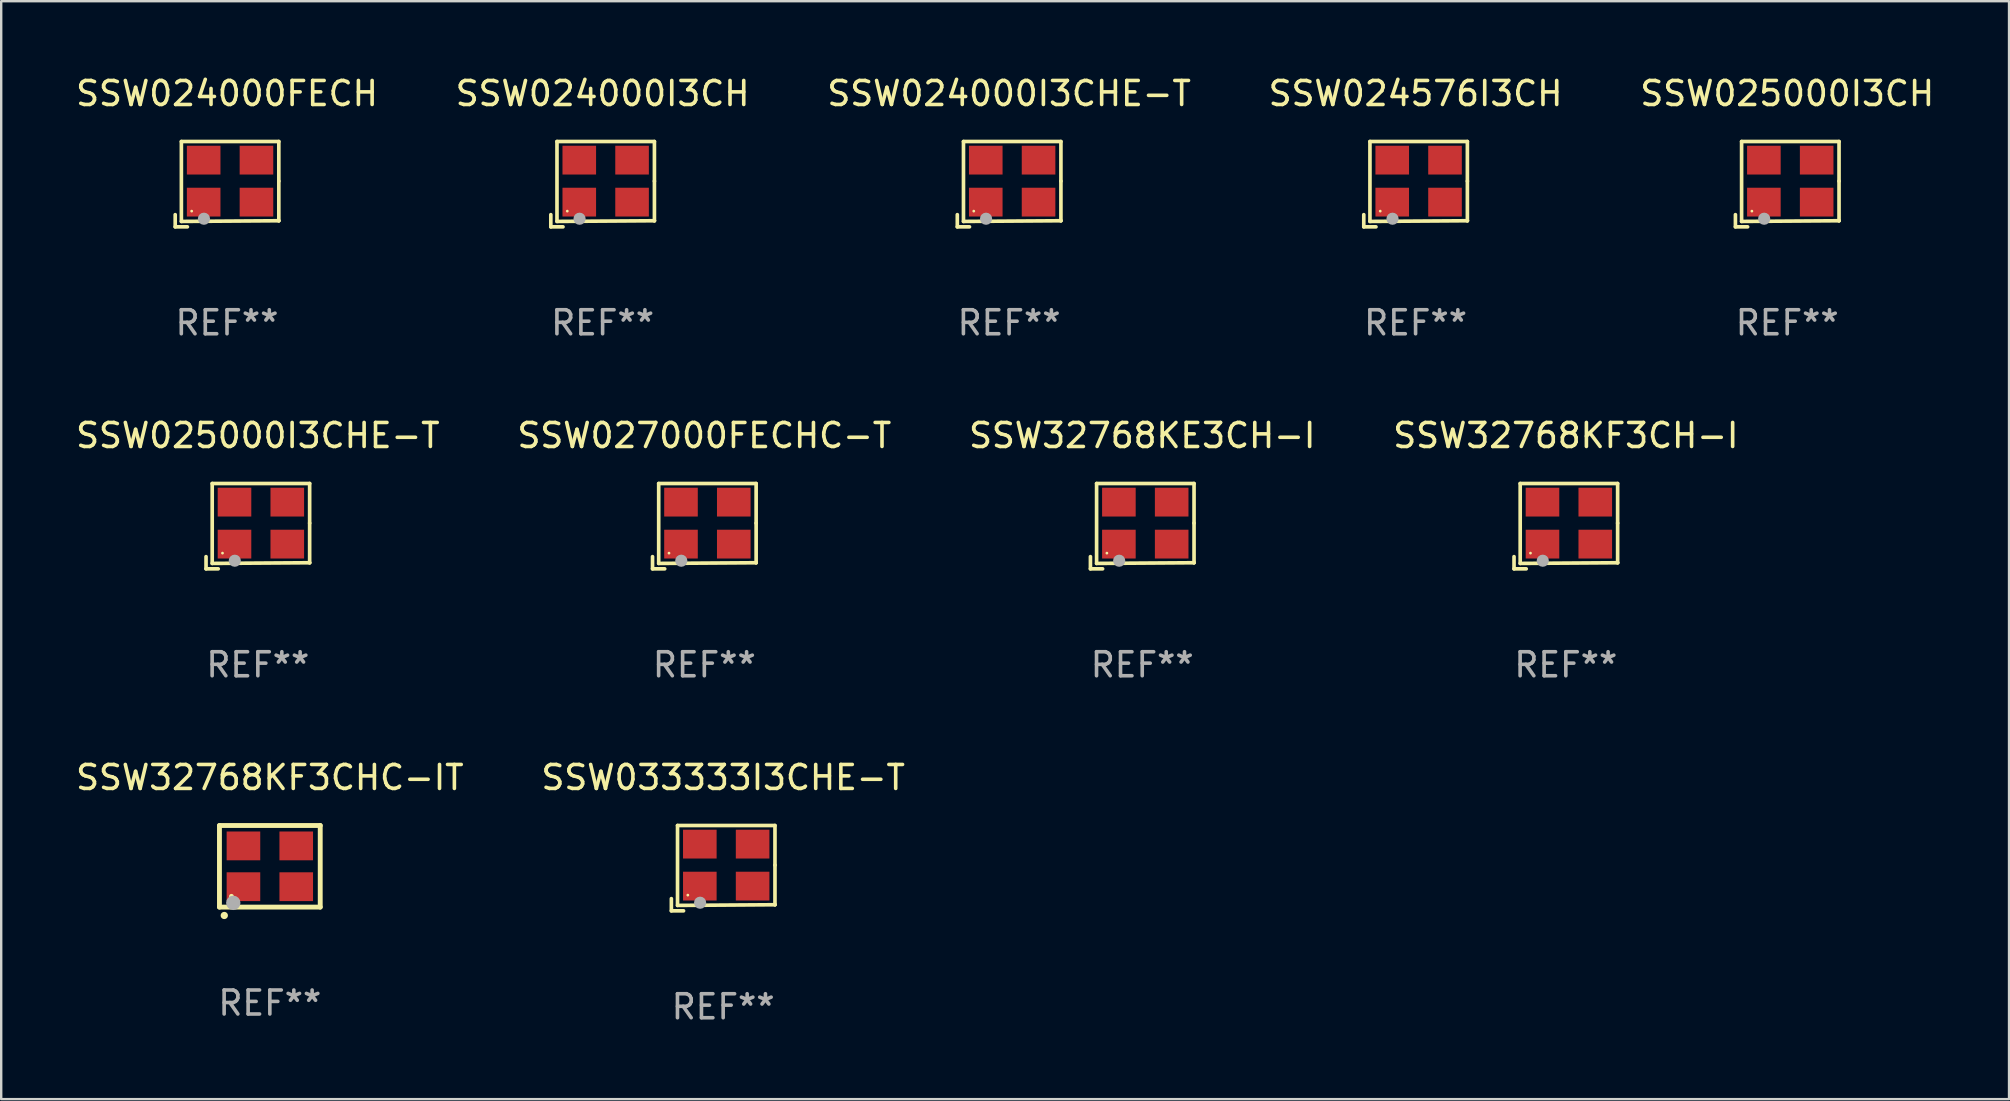
<source format=kicad_pcb>
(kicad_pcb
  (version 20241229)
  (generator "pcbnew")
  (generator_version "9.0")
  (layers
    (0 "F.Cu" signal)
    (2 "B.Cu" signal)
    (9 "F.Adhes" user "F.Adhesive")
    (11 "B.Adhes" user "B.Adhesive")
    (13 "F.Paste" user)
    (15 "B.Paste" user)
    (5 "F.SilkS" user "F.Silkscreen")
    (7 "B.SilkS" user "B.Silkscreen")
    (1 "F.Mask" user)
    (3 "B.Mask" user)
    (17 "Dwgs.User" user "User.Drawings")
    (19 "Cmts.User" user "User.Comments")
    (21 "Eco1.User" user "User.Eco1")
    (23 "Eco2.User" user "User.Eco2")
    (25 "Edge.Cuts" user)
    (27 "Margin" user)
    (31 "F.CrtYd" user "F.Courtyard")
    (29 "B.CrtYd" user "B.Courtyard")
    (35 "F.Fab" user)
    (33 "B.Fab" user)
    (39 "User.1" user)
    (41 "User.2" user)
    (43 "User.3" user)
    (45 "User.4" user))
  (footprint "SSW027000FECHC-T"
    (layer "F.Cu")
    (at 26.304 18.879)
    (property "Reference" "SSW027000FECHC-T" (at 0 -3.778 0) (layer "F.SilkS") (effects (font (size 1 1) (thickness 0.15))))
    (attr through_hole)
    (fp_line (start -2.159 1.27) (end -2.159 1.778) (stroke (width 0.152) (type solid)) (layer "F.SilkS"))
    (fp_line (start -2.159 1.778) (end -1.651 1.778) (stroke (width 0.152) (type solid)) (layer "F.SilkS"))
    (fp_line (start -1.902 -1.778) (end 2.159 -1.778) (stroke (width 0.152) (type solid)) (layer "F.SilkS"))
    (fp_line (start -1.902 1.552) (end -1.902 -1.778) (stroke (width 0.152) (type solid)) (layer "F.SilkS"))
    (fp_line (start 2.159 -1.778) (end 2.159 -0.127) (stroke (width 0.152) (type solid)) (layer "F.SilkS"))
    (fp_line (start 2.159 -0.127) (end 2.159 1.524) (stroke (width 0.152) (type solid)) (layer "F.SilkS"))
    (fp_line (start 2.159 1.524) (end -1.902 1.552) (stroke (width 0.152) (type solid)) (layer "F.SilkS"))
    (fp_line (start 2.159 1.524) (end 2.159 1.524) (stroke (width 0.152) (type solid)) (layer "F.SilkS"))
    (fp_circle (center -1.473 1.123) (end -1.443 1.123) (stroke (width 0.06) (type solid)) (fill no) (layer "F.SilkS"))
    (fp_circle (center -0.961 1.44) (end -0.834 1.44) (stroke (width 0.254) (type solid)) (fill no) (layer "F.Fab"))
    (fp_text user "REF**" (at 0 5.778 0) (layer "F.Fab") (effects (font (size 1 1) (thickness 0.15))))
    (pad "1" smd rect (at -0.973 0.748) (size 1.4 1.2) (layers "F.Cu" "F.Mask" "F.Paste"))
    (pad "2" smd rect (at 1.227 0.748) (size 1.4 1.2) (layers "F.Cu" "F.Mask" "F.Paste"))
    (pad "3" smd rect (at 1.227 -1.002) (size 1.4 1.2) (layers "F.Cu" "F.Mask" "F.Paste"))
    (pad "4" smd rect (at -0.973 -1.002) (size 1.4 1.2) (layers "F.Cu" "F.Mask" "F.Paste")))
  (footprint "SSW025000I3CHE-T"
    (layer "F.Cu")
    (at 7.696 18.879)
    (property "Reference" "SSW025000I3CHE-T" (at 0 -3.778 0) (layer "F.SilkS") (effects (font (size 1 1) (thickness 0.15))))
    (attr through_hole)
    (fp_line (start -2.159 1.27) (end -2.159 1.778) (stroke (width 0.152) (type solid)) (layer "F.SilkS"))
    (fp_line (start -2.159 1.778) (end -1.651 1.778) (stroke (width 0.152) (type solid)) (layer "F.SilkS"))
    (fp_line (start -1.902 -1.778) (end 2.159 -1.778) (stroke (width 0.152) (type solid)) (layer "F.SilkS"))
    (fp_line (start -1.902 1.552) (end -1.902 -1.778) (stroke (width 0.152) (type solid)) (layer "F.SilkS"))
    (fp_line (start 2.159 -1.778) (end 2.159 -0.127) (stroke (width 0.152) (type solid)) (layer "F.SilkS"))
    (fp_line (start 2.159 -0.127) (end 2.159 1.524) (stroke (width 0.152) (type solid)) (layer "F.SilkS"))
    (fp_line (start 2.159 1.524) (end -1.902 1.552) (stroke (width 0.152) (type solid)) (layer "F.SilkS"))
    (fp_line (start 2.159 1.524) (end 2.159 1.524) (stroke (width 0.152) (type solid)) (layer "F.SilkS"))
    (fp_circle (center -1.473 1.123) (end -1.443 1.123) (stroke (width 0.06) (type solid)) (fill no) (layer "F.SilkS"))
    (fp_circle (center -0.961 1.44) (end -0.834 1.44) (stroke (width 0.254) (type solid)) (fill no) (layer "F.Fab"))
    (fp_text user "REF**" (at 0 5.778 0) (layer "F.Fab") (effects (font (size 1 1) (thickness 0.15))))
    (pad "1" smd rect (at -0.973 0.748) (size 1.4 1.2) (layers "F.Cu" "F.Mask" "F.Paste"))
    (pad "2" smd rect (at 1.227 0.748) (size 1.4 1.2) (layers "F.Cu" "F.Mask" "F.Paste"))
    (pad "3" smd rect (at 1.227 -1.002) (size 1.4 1.2) (layers "F.Cu" "F.Mask" "F.Paste"))
    (pad "4" smd rect (at -0.973 -1.002) (size 1.4 1.2) (layers "F.Cu" "F.Mask" "F.Paste")))
  (footprint "SSW32768KE3CH-I"
    (layer "F.Cu")
    (at 44.554 18.879)
    (property "Reference" "SSW32768KE3CH-I" (at 0 -3.778 0) (layer "F.SilkS") (effects (font (size 1 1) (thickness 0.15))))
    (attr through_hole)
    (fp_line (start -2.159 1.27) (end -2.159 1.778) (stroke (width 0.152) (type solid)) (layer "F.SilkS"))
    (fp_line (start -2.159 1.778) (end -1.651 1.778) (stroke (width 0.152) (type solid)) (layer "F.SilkS"))
    (fp_line (start -1.902 -1.778) (end 2.159 -1.778) (stroke (width 0.152) (type solid)) (layer "F.SilkS"))
    (fp_line (start -1.902 1.552) (end -1.902 -1.778) (stroke (width 0.152) (type solid)) (layer "F.SilkS"))
    (fp_line (start 2.159 -1.778) (end 2.159 -0.127) (stroke (width 0.152) (type solid)) (layer "F.SilkS"))
    (fp_line (start 2.159 -0.127) (end 2.159 1.524) (stroke (width 0.152) (type solid)) (layer "F.SilkS"))
    (fp_line (start 2.159 1.524) (end -1.902 1.552) (stroke (width 0.152) (type solid)) (layer "F.SilkS"))
    (fp_line (start 2.159 1.524) (end 2.159 1.524) (stroke (width 0.152) (type solid)) (layer "F.SilkS"))
    (fp_circle (center -1.473 1.123) (end -1.443 1.123) (stroke (width 0.06) (type solid)) (fill no) (layer "F.SilkS"))
    (fp_circle (center -0.961 1.44) (end -0.834 1.44) (stroke (width 0.254) (type solid)) (fill no) (layer "F.Fab"))
    (fp_text user "REF**" (at 0 5.778 0) (layer "F.Fab") (effects (font (size 1 1) (thickness 0.15))))
    (pad "1" smd rect (at -0.973 0.748) (size 1.4 1.2) (layers "F.Cu" "F.Mask" "F.Paste"))
    (pad "2" smd rect (at 1.227 0.748) (size 1.4 1.2) (layers "F.Cu" "F.Mask" "F.Paste"))
    (pad "3" smd rect (at 1.227 -1.002) (size 1.4 1.2) (layers "F.Cu" "F.Mask" "F.Paste"))
    (pad "4" smd rect (at -0.973 -1.002) (size 1.4 1.2) (layers "F.Cu" "F.Mask" "F.Paste")))
  (footprint "SSW024000I3CH"
    (layer "F.Cu")
    (at 22.065 4.626)
    (property "Reference" "SSW024000I3CH" (at 0 -3.778 0) (layer "F.SilkS") (effects (font (size 1 1) (thickness 0.15))))
    (attr through_hole)
    (fp_line (start -2.159 1.27) (end -2.159 1.778) (stroke (width 0.152) (type solid)) (layer "F.SilkS"))
    (fp_line (start -2.159 1.778) (end -1.651 1.778) (stroke (width 0.152) (type solid)) (layer "F.SilkS"))
    (fp_line (start -1.902 -1.778) (end 2.159 -1.778) (stroke (width 0.152) (type solid)) (layer "F.SilkS"))
    (fp_line (start -1.902 1.552) (end -1.902 -1.778) (stroke (width 0.152) (type solid)) (layer "F.SilkS"))
    (fp_line (start 2.159 -1.778) (end 2.159 -0.127) (stroke (width 0.152) (type solid)) (layer "F.SilkS"))
    (fp_line (start 2.159 -0.127) (end 2.159 1.524) (stroke (width 0.152) (type solid)) (layer "F.SilkS"))
    (fp_line (start 2.159 1.524) (end -1.902 1.552) (stroke (width 0.152) (type solid)) (layer "F.SilkS"))
    (fp_line (start 2.159 1.524) (end 2.159 1.524) (stroke (width 0.152) (type solid)) (layer "F.SilkS"))
    (fp_circle (center -1.473 1.123) (end -1.443 1.123) (stroke (width 0.06) (type solid)) (fill no) (layer "F.SilkS"))
    (fp_circle (center -0.961 1.44) (end -0.834 1.44) (stroke (width 0.254) (type solid)) (fill no) (layer "F.Fab"))
    (fp_text user "REF**" (at 0 5.778 0) (layer "F.Fab") (effects (font (size 1 1) (thickness 0.15))))
    (pad "1" smd rect (at -0.973 0.748) (size 1.4 1.2) (layers "F.Cu" "F.Mask" "F.Paste"))
    (pad "2" smd rect (at 1.227 0.748) (size 1.4 1.2) (layers "F.Cu" "F.Mask" "F.Paste"))
    (pad "3" smd rect (at 1.227 -1.002) (size 1.4 1.2) (layers "F.Cu" "F.Mask" "F.Paste"))
    (pad "4" smd rect (at -0.973 -1.002) (size 1.4 1.2) (layers "F.Cu" "F.Mask" "F.Paste")))
  (footprint "SSW024000FECH"
    (layer "F.Cu")
    (at 6.411 4.626)
    (property "Reference" "SSW024000FECH" (at 0 -3.778 0) (layer "F.SilkS") (effects (font (size 1 1) (thickness 0.15))))
    (attr through_hole)
    (fp_line (start -2.159 1.27) (end -2.159 1.778) (stroke (width 0.152) (type solid)) (layer "F.SilkS"))
    (fp_line (start -2.159 1.778) (end -1.651 1.778) (stroke (width 0.152) (type solid)) (layer "F.SilkS"))
    (fp_line (start -1.902 -1.778) (end 2.159 -1.778) (stroke (width 0.152) (type solid)) (layer "F.SilkS"))
    (fp_line (start -1.902 1.552) (end -1.902 -1.778) (stroke (width 0.152) (type solid)) (layer "F.SilkS"))
    (fp_line (start 2.159 -1.778) (end 2.159 -0.127) (stroke (width 0.152) (type solid)) (layer "F.SilkS"))
    (fp_line (start 2.159 -0.127) (end 2.159 1.524) (stroke (width 0.152) (type solid)) (layer "F.SilkS"))
    (fp_line (start 2.159 1.524) (end -1.902 1.552) (stroke (width 0.152) (type solid)) (layer "F.SilkS"))
    (fp_line (start 2.159 1.524) (end 2.159 1.524) (stroke (width 0.152) (type solid)) (layer "F.SilkS"))
    (fp_circle (center -1.473 1.123) (end -1.443 1.123) (stroke (width 0.06) (type solid)) (fill no) (layer "F.SilkS"))
    (fp_circle (center -0.961 1.44) (end -0.834 1.44) (stroke (width 0.254) (type solid)) (fill no) (layer "F.Fab"))
    (fp_text user "REF**" (at 0 5.778 0) (layer "F.Fab") (effects (font (size 1 1) (thickness 0.15))))
    (pad "1" smd rect (at -0.973 0.748) (size 1.4 1.2) (layers "F.Cu" "F.Mask" "F.Paste"))
    (pad "2" smd rect (at 1.227 0.748) (size 1.4 1.2) (layers "F.Cu" "F.Mask" "F.Paste"))
    (pad "3" smd rect (at 1.227 -1.002) (size 1.4 1.2) (layers "F.Cu" "F.Mask" "F.Paste"))
    (pad "4" smd rect (at -0.973 -1.002) (size 1.4 1.2) (layers "F.Cu" "F.Mask" "F.Paste")))
  (footprint "SSW32768KF3CHC-IT"
    (layer "F.Cu")
    (at 8.196 33.054)
    (property "Reference" "SSW32768KF3CHC-IT" (at 0 -3.7 0) (layer "F.SilkS") (effects (font (size 1 1) (thickness 0.15))))
    (attr through_hole)
    (fp_line (start -2.1 -1.7) (end -2.1 1.7) (stroke (width 0.203) (type solid)) (layer "F.SilkS"))
    (fp_line (start -2.1 1.7) (end 2.1 1.7) (stroke (width 0.203) (type solid)) (layer "F.SilkS"))
    (fp_line (start 2.1 -1.7) (end -2.1 -1.7) (stroke (width 0.203) (type solid)) (layer "F.SilkS"))
    (fp_line (start 2.1 1.7) (end 2.1 -1.7) (stroke (width 0.203) (type solid)) (layer "F.SilkS"))
    (fp_arc (start -1.899924 2.049784) (mid -1.898654 2.049779) (end -1.897384 2.049784) (stroke (width 0.3) (type solid)) (layer "F.SilkS"))
    (fp_circle (center -1.6 1.25) (end -1.55 1.25) (stroke (width 0.1) (type solid)) (fill no) (layer "F.SilkS"))
    (fp_circle (center -1.524 1.524) (end -1.374 1.524) (stroke (width 0.3) (type solid)) (fill no) (layer "F.Fab"))
    (fp_text user "REF**" (at 0 5.7 0) (layer "F.Fab") (effects (font (size 1 1) (thickness 0.15))))
    (pad "1" smd rect (at -1.1 0.85) (size 1.4 1.2) (layers "F.Cu" "F.Mask" "F.Paste"))
    (pad "2" smd rect (at 1.1 0.85) (size 1.4 1.2) (layers "F.Cu" "F.Mask" "F.Paste"))
    (pad "3" smd rect (at 1.1 -0.85) (size 1.4 1.2) (layers "F.Cu" "F.Mask" "F.Paste"))
    (pad "4" smd rect (at -1.1 -0.85) (size 1.4 1.2) (layers "F.Cu" "F.Mask" "F.Paste")))
  (footprint "SSW033333I3CHE-T"
    (layer "F.Cu")
    (at 27.089 33.132)
    (property "Reference" "SSW033333I3CHE-T" (at 0 -3.778 0) (layer "F.SilkS") (effects (font (size 1 1) (thickness 0.15))))
    (attr through_hole)
    (fp_line (start -2.159 1.27) (end -2.159 1.778) (stroke (width 0.152) (type solid)) (layer "F.SilkS"))
    (fp_line (start -2.159 1.778) (end -1.651 1.778) (stroke (width 0.152) (type solid)) (layer "F.SilkS"))
    (fp_line (start -1.902 -1.778) (end 2.159 -1.778) (stroke (width 0.152) (type solid)) (layer "F.SilkS"))
    (fp_line (start -1.902 1.552) (end -1.902 -1.778) (stroke (width 0.152) (type solid)) (layer "F.SilkS"))
    (fp_line (start 2.159 -1.778) (end 2.159 -0.127) (stroke (width 0.152) (type solid)) (layer "F.SilkS"))
    (fp_line (start 2.159 -0.127) (end 2.159 1.524) (stroke (width 0.152) (type solid)) (layer "F.SilkS"))
    (fp_line (start 2.159 1.524) (end -1.902 1.552) (stroke (width 0.152) (type solid)) (layer "F.SilkS"))
    (fp_line (start 2.159 1.524) (end 2.159 1.524) (stroke (width 0.152) (type solid)) (layer "F.SilkS"))
    (fp_circle (center -1.473 1.123) (end -1.443 1.123) (stroke (width 0.06) (type solid)) (fill no) (layer "F.SilkS"))
    (fp_circle (center -0.961 1.44) (end -0.834 1.44) (stroke (width 0.254) (type solid)) (fill no) (layer "F.Fab"))
    (fp_text user "REF**" (at 0 5.778 0) (layer "F.Fab") (effects (font (size 1 1) (thickness 0.15))))
    (pad "1" smd rect (at -0.973 0.748) (size 1.4 1.2) (layers "F.Cu" "F.Mask" "F.Paste"))
    (pad "2" smd rect (at 1.227 0.748) (size 1.4 1.2) (layers "F.Cu" "F.Mask" "F.Paste"))
    (pad "3" smd rect (at 1.227 -1.002) (size 1.4 1.2) (layers "F.Cu" "F.Mask" "F.Paste"))
    (pad "4" smd rect (at -0.973 -1.002) (size 1.4 1.2) (layers "F.Cu" "F.Mask" "F.Paste")))
  (footprint "SSW32768KF3CH-I"
    (layer "F.Cu")
    (at 62.208 18.879)
    (property "Reference" "SSW32768KF3CH-I" (at 0 -3.778 0) (layer "F.SilkS") (effects (font (size 1 1) (thickness 0.15))))
    (attr through_hole)
    (fp_line (start -2.159 1.27) (end -2.159 1.778) (stroke (width 0.152) (type solid)) (layer "F.SilkS"))
    (fp_line (start -2.159 1.778) (end -1.651 1.778) (stroke (width 0.152) (type solid)) (layer "F.SilkS"))
    (fp_line (start -1.902 -1.778) (end 2.159 -1.778) (stroke (width 0.152) (type solid)) (layer "F.SilkS"))
    (fp_line (start -1.902 1.552) (end -1.902 -1.778) (stroke (width 0.152) (type solid)) (layer "F.SilkS"))
    (fp_line (start 2.159 -1.778) (end 2.159 -0.127) (stroke (width 0.152) (type solid)) (layer "F.SilkS"))
    (fp_line (start 2.159 -0.127) (end 2.159 1.524) (stroke (width 0.152) (type solid)) (layer "F.SilkS"))
    (fp_line (start 2.159 1.524) (end -1.902 1.552) (stroke (width 0.152) (type solid)) (layer "F.SilkS"))
    (fp_line (start 2.159 1.524) (end 2.159 1.524) (stroke (width 0.152) (type solid)) (layer "F.SilkS"))
    (fp_circle (center -1.473 1.123) (end -1.443 1.123) (stroke (width 0.06) (type solid)) (fill no) (layer "F.SilkS"))
    (fp_circle (center -0.961 1.44) (end -0.834 1.44) (stroke (width 0.254) (type solid)) (fill no) (layer "F.Fab"))
    (fp_text user "REF**" (at 0 5.778 0) (layer "F.Fab") (effects (font (size 1 1) (thickness 0.15))))
    (pad "1" smd rect (at -0.973 0.748) (size 1.4 1.2) (layers "F.Cu" "F.Mask" "F.Paste"))
    (pad "2" smd rect (at 1.227 0.748) (size 1.4 1.2) (layers "F.Cu" "F.Mask" "F.Paste"))
    (pad "3" smd rect (at 1.227 -1.002) (size 1.4 1.2) (layers "F.Cu" "F.Mask" "F.Paste"))
    (pad "4" smd rect (at -0.973 -1.002) (size 1.4 1.2) (layers "F.Cu" "F.Mask" "F.Paste")))
  (footprint "SSW024576I3CH"
    (layer "F.Cu")
    (at 55.946 4.626)
    (property "Reference" "SSW024576I3CH" (at 0 -3.778 0) (layer "F.SilkS") (effects (font (size 1 1) (thickness 0.15))))
    (attr through_hole)
    (fp_line (start -2.159 1.27) (end -2.159 1.778) (stroke (width 0.152) (type solid)) (layer "F.SilkS"))
    (fp_line (start -2.159 1.778) (end -1.651 1.778) (stroke (width 0.152) (type solid)) (layer "F.SilkS"))
    (fp_line (start -1.902 -1.778) (end 2.159 -1.778) (stroke (width 0.152) (type solid)) (layer "F.SilkS"))
    (fp_line (start -1.902 1.552) (end -1.902 -1.778) (stroke (width 0.152) (type solid)) (layer "F.SilkS"))
    (fp_line (start 2.159 -1.778) (end 2.159 -0.127) (stroke (width 0.152) (type solid)) (layer "F.SilkS"))
    (fp_line (start 2.159 -0.127) (end 2.159 1.524) (stroke (width 0.152) (type solid)) (layer "F.SilkS"))
    (fp_line (start 2.159 1.524) (end -1.902 1.552) (stroke (width 0.152) (type solid)) (layer "F.SilkS"))
    (fp_line (start 2.159 1.524) (end 2.159 1.524) (stroke (width 0.152) (type solid)) (layer "F.SilkS"))
    (fp_circle (center -1.473 1.123) (end -1.443 1.123) (stroke (width 0.06) (type solid)) (fill no) (layer "F.SilkS"))
    (fp_circle (center -0.961 1.44) (end -0.834 1.44) (stroke (width 0.254) (type solid)) (fill no) (layer "F.Fab"))
    (fp_text user "REF**" (at 0 5.778 0) (layer "F.Fab") (effects (font (size 1 1) (thickness 0.15))))
    (pad "1" smd rect (at -0.973 0.748) (size 1.4 1.2) (layers "F.Cu" "F.Mask" "F.Paste"))
    (pad "2" smd rect (at 1.227 0.748) (size 1.4 1.2) (layers "F.Cu" "F.Mask" "F.Paste"))
    (pad "3" smd rect (at 1.227 -1.002) (size 1.4 1.2) (layers "F.Cu" "F.Mask" "F.Paste"))
    (pad "4" smd rect (at -0.973 -1.002) (size 1.4 1.2) (layers "F.Cu" "F.Mask" "F.Paste")))
  (footprint "SSW025000I3CH"
    (layer "F.Cu")
    (at 71.435 4.626)
    (property "Reference" "SSW025000I3CH" (at 0 -3.778 0) (layer "F.SilkS") (effects (font (size 1 1) (thickness 0.15))))
    (attr through_hole)
    (fp_line (start -2.159 1.27) (end -2.159 1.778) (stroke (width 0.152) (type solid)) (layer "F.SilkS"))
    (fp_line (start -2.159 1.778) (end -1.651 1.778) (stroke (width 0.152) (type solid)) (layer "F.SilkS"))
    (fp_line (start -1.902 -1.778) (end 2.159 -1.778) (stroke (width 0.152) (type solid)) (layer "F.SilkS"))
    (fp_line (start -1.902 1.552) (end -1.902 -1.778) (stroke (width 0.152) (type solid)) (layer "F.SilkS"))
    (fp_line (start 2.159 -1.778) (end 2.159 -0.127) (stroke (width 0.152) (type solid)) (layer "F.SilkS"))
    (fp_line (start 2.159 -0.127) (end 2.159 1.524) (stroke (width 0.152) (type solid)) (layer "F.SilkS"))
    (fp_line (start 2.159 1.524) (end -1.902 1.552) (stroke (width 0.152) (type solid)) (layer "F.SilkS"))
    (fp_line (start 2.159 1.524) (end 2.159 1.524) (stroke (width 0.152) (type solid)) (layer "F.SilkS"))
    (fp_circle (center -1.473 1.123) (end -1.443 1.123) (stroke (width 0.06) (type solid)) (fill no) (layer "F.SilkS"))
    (fp_circle (center -0.961 1.44) (end -0.834 1.44) (stroke (width 0.254) (type solid)) (fill no) (layer "F.Fab"))
    (fp_text user "REF**" (at 0 5.778 0) (layer "F.Fab") (effects (font (size 1 1) (thickness 0.15))))
    (pad "1" smd rect (at -0.973 0.748) (size 1.4 1.2) (layers "F.Cu" "F.Mask" "F.Paste"))
    (pad "2" smd rect (at 1.227 0.748) (size 1.4 1.2) (layers "F.Cu" "F.Mask" "F.Paste"))
    (pad "3" smd rect (at 1.227 -1.002) (size 1.4 1.2) (layers "F.Cu" "F.Mask" "F.Paste"))
    (pad "4" smd rect (at -0.973 -1.002) (size 1.4 1.2) (layers "F.Cu" "F.Mask" "F.Paste")))
  (footprint "SSW024000I3CHE-T"
    (layer "F.Cu")
    (at 39.006 4.626)
    (property "Reference" "SSW024000I3CHE-T" (at 0 -3.778 0) (layer "F.SilkS") (effects (font (size 1 1) (thickness 0.15))))
    (attr through_hole)
    (fp_line (start -2.159 1.27) (end -2.159 1.778) (stroke (width 0.152) (type solid)) (layer "F.SilkS"))
    (fp_line (start -2.159 1.778) (end -1.651 1.778) (stroke (width 0.152) (type solid)) (layer "F.SilkS"))
    (fp_line (start -1.902 -1.778) (end 2.159 -1.778) (stroke (width 0.152) (type solid)) (layer "F.SilkS"))
    (fp_line (start -1.902 1.552) (end -1.902 -1.778) (stroke (width 0.152) (type solid)) (layer "F.SilkS"))
    (fp_line (start 2.159 -1.778) (end 2.159 -0.127) (stroke (width 0.152) (type solid)) (layer "F.SilkS"))
    (fp_line (start 2.159 -0.127) (end 2.159 1.524) (stroke (width 0.152) (type solid)) (layer "F.SilkS"))
    (fp_line (start 2.159 1.524) (end -1.902 1.552) (stroke (width 0.152) (type solid)) (layer "F.SilkS"))
    (fp_line (start 2.159 1.524) (end 2.159 1.524) (stroke (width 0.152) (type solid)) (layer "F.SilkS"))
    (fp_circle (center -1.473 1.123) (end -1.443 1.123) (stroke (width 0.06) (type solid)) (fill no) (layer "F.SilkS"))
    (fp_circle (center -0.961 1.44) (end -0.834 1.44) (stroke (width 0.254) (type solid)) (fill no) (layer "F.Fab"))
    (fp_text user "REF**" (at 0 5.778 0) (layer "F.Fab") (effects (font (size 1 1) (thickness 0.15))))
    (pad "1" smd rect (at -0.973 0.748) (size 1.4 1.2) (layers "F.Cu" "F.Mask" "F.Paste"))
    (pad "2" smd rect (at 1.227 0.748) (size 1.4 1.2) (layers "F.Cu" "F.Mask" "F.Paste"))
    (pad "3" smd rect (at 1.227 -1.002) (size 1.4 1.2) (layers "F.Cu" "F.Mask" "F.Paste"))
    (pad "4" smd rect (at -0.973 -1.002) (size 1.4 1.2) (layers "F.Cu" "F.Mask" "F.Paste")))
  (gr_rect
    (start -3 -3)
    (end 80.679 42.758)
    (stroke (width 0.1) (type default))
    (fill no)
    (layer "Edge.Cuts")))
</source>
